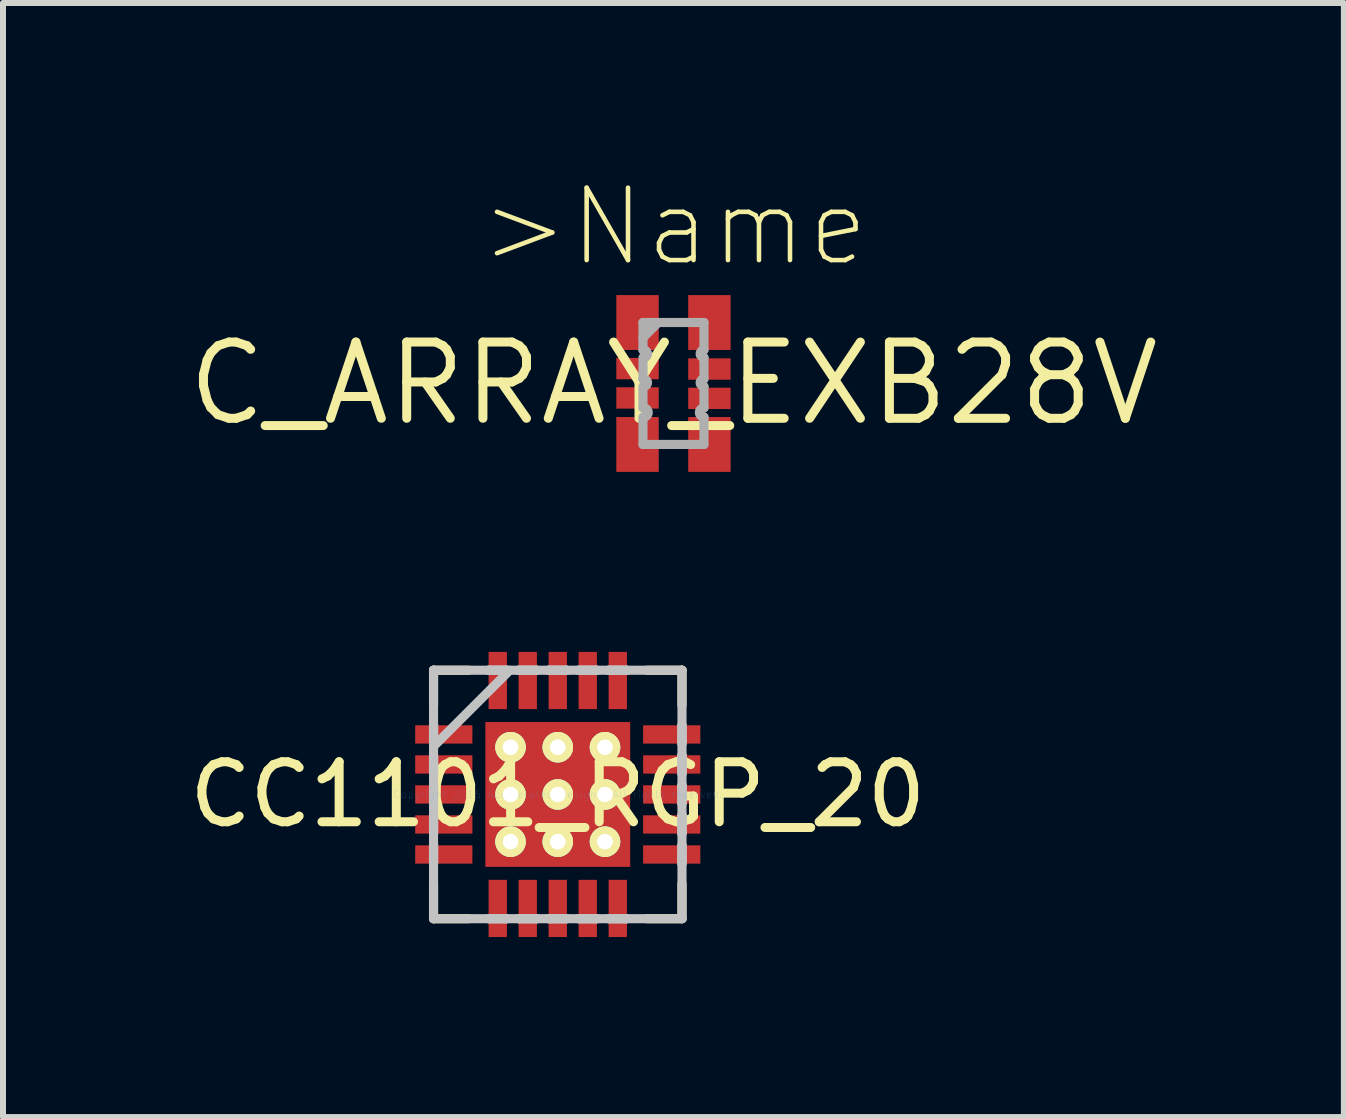
<source format=kicad_pcb>
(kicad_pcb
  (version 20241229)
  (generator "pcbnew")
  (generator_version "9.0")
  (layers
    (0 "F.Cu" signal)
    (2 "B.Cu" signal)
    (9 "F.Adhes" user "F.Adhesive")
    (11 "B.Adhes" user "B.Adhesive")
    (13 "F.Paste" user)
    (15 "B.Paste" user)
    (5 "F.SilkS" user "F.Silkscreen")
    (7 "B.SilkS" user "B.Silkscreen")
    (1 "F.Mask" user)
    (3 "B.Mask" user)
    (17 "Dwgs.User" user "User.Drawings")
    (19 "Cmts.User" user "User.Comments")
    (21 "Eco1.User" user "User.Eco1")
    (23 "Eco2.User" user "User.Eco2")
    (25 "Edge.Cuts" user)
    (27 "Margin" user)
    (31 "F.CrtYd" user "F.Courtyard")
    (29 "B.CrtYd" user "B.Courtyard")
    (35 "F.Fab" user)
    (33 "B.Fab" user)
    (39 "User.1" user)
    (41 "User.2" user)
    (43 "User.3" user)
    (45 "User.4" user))
  (footprint "C_ARRAY_EXB28V"
    (layer "F.Cu")
    (at 8.172 3.34)
    (property "Reference" "C_ARRAY_EXB28V" (at 0 0 0) (layer "F.SilkS") (effects (font (size 1.27 1.27) (thickness 0.15))))
    (attr through_hole)
    (fp_line (start -0.508 -1.016) (end 0.508 -1.016) (stroke (width 0.152) (type solid)) (layer "F.Fab"))
    (fp_line (start -0.508 -0.559) (end -0.508 -1.016) (stroke (width 0.152) (type solid)) (layer "F.Fab"))
    (fp_line (start -0.508 -0.432) (end -0.508 -0.076) (stroke (width 0.152) (type solid)) (layer "F.Fab"))
    (fp_line (start -0.508 0.051) (end -0.508 0.406) (stroke (width 0.152) (type solid)) (layer "F.Fab"))
    (fp_line (start -0.508 0.559) (end -0.508 1.016) (stroke (width 0.152) (type solid)) (layer "F.Fab"))
    (fp_line (start -0.508 1.016) (end 0.508 1.016) (stroke (width 0.152) (type solid)) (layer "F.Fab"))
    (fp_line (start -0.254 -1.016) (end -0.508 -0.762) (stroke (width 0.152) (type solid)) (layer "F.Fab"))
    (fp_line (start 0.508 -0.559) (end 0.508 -1.016) (stroke (width 0.152) (type solid)) (layer "F.Fab"))
    (fp_line (start 0.508 -0.432) (end 0.508 -0.076) (stroke (width 0.152) (type solid)) (layer "F.Fab"))
    (fp_line (start 0.508 0.051) (end 0.508 0.406) (stroke (width 0.152) (type solid)) (layer "F.Fab"))
    (fp_line (start 0.508 0.559) (end 0.508 1.016) (stroke (width 0.152) (type solid)) (layer "F.Fab"))
    (fp_arc (start -0.508 -0.5588) (mid -0.4318 -0.508) (end -0.4826 -0.4318) (stroke (width 0.1524) (type solid)) (layer "F.Fab"))
    (fp_arc (start -0.508 -0.0762) (mid -0.4318 -0.0254) (end -0.4826 0.0508) (stroke (width 0.1524) (type solid)) (layer "F.Fab"))
    (fp_arc (start -0.508 0.4064) (mid -0.4191 0.4699) (end -0.4826 0.5588) (stroke (width 0.1524) (type solid)) (layer "F.Fab"))
    (fp_arc (start 0.508 -0.4318) (mid 0.4445 -0.4953) (end 0.508 -0.5588) (stroke (width 0.1524) (type solid)) (layer "F.Fab"))
    (fp_arc (start 0.508 0.0508) (mid 0.4445 -0.0127) (end 0.508 -0.0762) (stroke (width 0.1524) (type solid)) (layer "F.Fab"))
    (fp_arc (start 0.508 0.5588) (mid 0.4318 0.4826) (end 0.508 0.4064) (stroke (width 0.1524) (type solid)) (layer "F.Fab"))
    (fp_text user ">Name" (at -3.277 -1.905 0) (layer "F.SilkS") (effects (font (size 1.206 1.206) (thickness 0.076)) (justify left bottom)))
    (pad "1" smd rect (at -0.599 -1.016) (size 0.707 0.914) (layers "F.Cu" "F.Mask" "F.Paste"))
    (pad "2" smd rect (at -0.599 -0.248) (size 0.707 0.356) (layers "F.Cu" "F.Mask" "F.Paste"))
    (pad "3" smd rect (at -0.599 0.241) (size 0.707 0.356) (layers "F.Cu" "F.Mask" "F.Paste"))
    (pad "4" smd rect (at -0.599 1.016) (size 0.707 0.914) (layers "F.Cu" "F.Mask" "F.Paste"))
    (pad "5" smd rect (at 0.599 1.016) (size 0.707 0.914) (layers "F.Cu" "F.Mask" "F.Paste"))
    (pad "6" smd rect (at 0.599 0.248) (size 0.707 0.356) (layers "F.Cu" "F.Mask" "F.Paste"))
    (pad "7" smd rect (at 0.599 -0.241) (size 0.707 0.356) (layers "F.Cu" "F.Mask" "F.Paste"))
    (pad "8" smd rect (at 0.599 -1.016) (size 0.707 0.914) (layers "F.Cu" "F.Mask" "F.Paste")))
  (footprint "CC1101_RGP_20"
    (layer "F.Cu")
    (at 6.244 10.188)
    (property "Reference" "CC1101_RGP_20" (at 0 0 0) (layer "F.SilkS") (effects (font (size 1 1) (thickness 0.15))))
    (attr through_hole)
    (fp_line (start -2.07 -2.07) (end -2.07 -1.485) (stroke (width 0.152) (type solid)) (layer "F.SilkS"))
    (fp_line (start -2.07 1.485) (end -2.07 2.07) (stroke (width 0.152) (type solid)) (layer "F.SilkS"))
    (fp_line (start -2.07 2.07) (end -1.485 2.07) (stroke (width 0.152) (type solid)) (layer "F.SilkS"))
    (fp_line (start -1.485 -2.07) (end -2.07 -2.07) (stroke (width 0.152) (type solid)) (layer "F.SilkS"))
    (fp_line (start 1.485 2.07) (end 2.07 2.07) (stroke (width 0.152) (type solid)) (layer "F.SilkS"))
    (fp_line (start 2.07 -2.07) (end 1.485 -2.07) (stroke (width 0.152) (type solid)) (layer "F.SilkS"))
    (fp_line (start 2.07 -1.485) (end 2.07 -2.07) (stroke (width 0.152) (type solid)) (layer "F.SilkS"))
    (fp_line (start 2.07 2.07) (end 2.07 1.485) (stroke (width 0.152) (type solid)) (layer "F.SilkS"))
    (fp_line (start -2.07 -2.07) (end -2.07 -2.07) (stroke (width 0.152) (type solid)) (layer "Dwgs.User"))
    (fp_line (start -2.07 -2.07) (end -2.07 2.07) (stroke (width 0.152) (type solid)) (layer "Dwgs.User"))
    (fp_line (start -2.07 -1.152) (end -2.07 -1.152) (stroke (width 0.152) (type solid)) (layer "Dwgs.User"))
    (fp_line (start -2.07 -1.152) (end -2.07 -0.848) (stroke (width 0.152) (type solid)) (layer "Dwgs.User"))
    (fp_line (start -2.07 -0.848) (end -2.07 -1.152) (stroke (width 0.152) (type solid)) (layer "Dwgs.User"))
    (fp_line (start -2.07 -0.848) (end -2.07 -0.848) (stroke (width 0.152) (type solid)) (layer "Dwgs.User"))
    (fp_line (start -2.07 -0.8) (end -0.8 -2.07) (stroke (width 0.152) (type solid)) (layer "Dwgs.User"))
    (fp_line (start -2.07 -0.652) (end -2.07 -0.652) (stroke (width 0.152) (type solid)) (layer "Dwgs.User"))
    (fp_line (start -2.07 -0.652) (end -2.07 -0.348) (stroke (width 0.152) (type solid)) (layer "Dwgs.User"))
    (fp_line (start -2.07 -0.348) (end -2.07 -0.652) (stroke (width 0.152) (type solid)) (layer "Dwgs.User"))
    (fp_line (start -2.07 -0.348) (end -2.07 -0.348) (stroke (width 0.152) (type solid)) (layer "Dwgs.User"))
    (fp_line (start -2.07 -0.152) (end -2.07 -0.152) (stroke (width 0.152) (type solid)) (layer "Dwgs.User"))
    (fp_line (start -2.07 -0.152) (end -2.07 0.152) (stroke (width 0.152) (type solid)) (layer "Dwgs.User"))
    (fp_line (start -2.07 0.152) (end -2.07 -0.152) (stroke (width 0.152) (type solid)) (layer "Dwgs.User"))
    (fp_line (start -2.07 0.152) (end -2.07 0.152) (stroke (width 0.152) (type solid)) (layer "Dwgs.User"))
    (fp_line (start -2.07 0.348) (end -2.07 0.348) (stroke (width 0.152) (type solid)) (layer "Dwgs.User"))
    (fp_line (start -2.07 0.348) (end -2.07 0.652) (stroke (width 0.152) (type solid)) (layer "Dwgs.User"))
    (fp_line (start -2.07 0.652) (end -2.07 0.348) (stroke (width 0.152) (type solid)) (layer "Dwgs.User"))
    (fp_line (start -2.07 0.652) (end -2.07 0.652) (stroke (width 0.152) (type solid)) (layer "Dwgs.User"))
    (fp_line (start -2.07 0.848) (end -2.07 0.848) (stroke (width 0.152) (type solid)) (layer "Dwgs.User"))
    (fp_line (start -2.07 0.848) (end -2.07 1.152) (stroke (width 0.152) (type solid)) (layer "Dwgs.User"))
    (fp_line (start -2.07 1.152) (end -2.07 0.848) (stroke (width 0.152) (type solid)) (layer "Dwgs.User"))
    (fp_line (start -2.07 1.152) (end -2.07 1.152) (stroke (width 0.152) (type solid)) (layer "Dwgs.User"))
    (fp_line (start -2.07 2.07) (end -2.07 2.07) (stroke (width 0.152) (type solid)) (layer "Dwgs.User"))
    (fp_line (start -2.07 2.07) (end 2.07 2.07) (stroke (width 0.152) (type solid)) (layer "Dwgs.User"))
    (fp_line (start -1.152 -2.07) (end -1.152 -2.07) (stroke (width 0.152) (type solid)) (layer "Dwgs.User"))
    (fp_line (start -1.152 -2.07) (end -0.848 -2.07) (stroke (width 0.152) (type solid)) (layer "Dwgs.User"))
    (fp_line (start -1.152 2.07) (end -1.152 2.07) (stroke (width 0.152) (type solid)) (layer "Dwgs.User"))
    (fp_line (start -1.152 2.07) (end -0.848 2.07) (stroke (width 0.152) (type solid)) (layer "Dwgs.User"))
    (fp_line (start -0.848 -2.07) (end -1.152 -2.07) (stroke (width 0.152) (type solid)) (layer "Dwgs.User"))
    (fp_line (start -0.848 -2.07) (end -0.848 -2.07) (stroke (width 0.152) (type solid)) (layer "Dwgs.User"))
    (fp_line (start -0.848 2.07) (end -1.152 2.07) (stroke (width 0.152) (type solid)) (layer "Dwgs.User"))
    (fp_line (start -0.848 2.07) (end -0.848 2.07) (stroke (width 0.152) (type solid)) (layer "Dwgs.User"))
    (fp_line (start -0.652 -2.07) (end -0.652 -2.07) (stroke (width 0.152) (type solid)) (layer "Dwgs.User"))
    (fp_line (start -0.652 -2.07) (end -0.348 -2.07) (stroke (width 0.152) (type solid)) (layer "Dwgs.User"))
    (fp_line (start -0.652 2.07) (end -0.652 2.07) (stroke (width 0.152) (type solid)) (layer "Dwgs.User"))
    (fp_line (start -0.652 2.07) (end -0.348 2.07) (stroke (width 0.152) (type solid)) (layer "Dwgs.User"))
    (fp_line (start -0.348 -2.07) (end -0.652 -2.07) (stroke (width 0.152) (type solid)) (layer "Dwgs.User"))
    (fp_line (start -0.348 -2.07) (end -0.348 -2.07) (stroke (width 0.152) (type solid)) (layer "Dwgs.User"))
    (fp_line (start -0.348 2.07) (end -0.652 2.07) (stroke (width 0.152) (type solid)) (layer "Dwgs.User"))
    (fp_line (start -0.348 2.07) (end -0.348 2.07) (stroke (width 0.152) (type solid)) (layer "Dwgs.User"))
    (fp_line (start -0.152 -2.07) (end -0.152 -2.07) (stroke (width 0.152) (type solid)) (layer "Dwgs.User"))
    (fp_line (start -0.152 -2.07) (end 0.152 -2.07) (stroke (width 0.152) (type solid)) (layer "Dwgs.User"))
    (fp_line (start -0.152 2.07) (end -0.152 2.07) (stroke (width 0.152) (type solid)) (layer "Dwgs.User"))
    (fp_line (start -0.152 2.07) (end 0.152 2.07) (stroke (width 0.152) (type solid)) (layer "Dwgs.User"))
    (fp_line (start 0.152 -2.07) (end -0.152 -2.07) (stroke (width 0.152) (type solid)) (layer "Dwgs.User"))
    (fp_line (start 0.152 -2.07) (end 0.152 -2.07) (stroke (width 0.152) (type solid)) (layer "Dwgs.User"))
    (fp_line (start 0.152 2.07) (end -0.152 2.07) (stroke (width 0.152) (type solid)) (layer "Dwgs.User"))
    (fp_line (start 0.152 2.07) (end 0.152 2.07) (stroke (width 0.152) (type solid)) (layer "Dwgs.User"))
    (fp_line (start 0.348 -2.07) (end 0.348 -2.07) (stroke (width 0.152) (type solid)) (layer "Dwgs.User"))
    (fp_line (start 0.348 -2.07) (end 0.652 -2.07) (stroke (width 0.152) (type solid)) (layer "Dwgs.User"))
    (fp_line (start 0.348 2.07) (end 0.348 2.07) (stroke (width 0.152) (type solid)) (layer "Dwgs.User"))
    (fp_line (start 0.348 2.07) (end 0.652 2.07) (stroke (width 0.152) (type solid)) (layer "Dwgs.User"))
    (fp_line (start 0.652 -2.07) (end 0.348 -2.07) (stroke (width 0.152) (type solid)) (layer "Dwgs.User"))
    (fp_line (start 0.652 -2.07) (end 0.652 -2.07) (stroke (width 0.152) (type solid)) (layer "Dwgs.User"))
    (fp_line (start 0.652 2.07) (end 0.348 2.07) (stroke (width 0.152) (type solid)) (layer "Dwgs.User"))
    (fp_line (start 0.652 2.07) (end 0.652 2.07) (stroke (width 0.152) (type solid)) (layer "Dwgs.User"))
    (fp_line (start 0.848 -2.07) (end 0.848 -2.07) (stroke (width 0.152) (type solid)) (layer "Dwgs.User"))
    (fp_line (start 0.848 -2.07) (end 1.152 -2.07) (stroke (width 0.152) (type solid)) (layer "Dwgs.User"))
    (fp_line (start 0.848 2.07) (end 0.848 2.07) (stroke (width 0.152) (type solid)) (layer "Dwgs.User"))
    (fp_line (start 0.848 2.07) (end 1.152 2.07) (stroke (width 0.152) (type solid)) (layer "Dwgs.User"))
    (fp_line (start 1.152 -2.07) (end 0.848 -2.07) (stroke (width 0.152) (type solid)) (layer "Dwgs.User"))
    (fp_line (start 1.152 -2.07) (end 1.152 -2.07) (stroke (width 0.152) (type solid)) (layer "Dwgs.User"))
    (fp_line (start 1.152 2.07) (end 0.848 2.07) (stroke (width 0.152) (type solid)) (layer "Dwgs.User"))
    (fp_line (start 1.152 2.07) (end 1.152 2.07) (stroke (width 0.152) (type solid)) (layer "Dwgs.User"))
    (fp_line (start 2.07 -2.07) (end -2.07 -2.07) (stroke (width 0.152) (type solid)) (layer "Dwgs.User"))
    (fp_line (start 2.07 -2.07) (end 2.07 -2.07) (stroke (width 0.152) (type solid)) (layer "Dwgs.User"))
    (fp_line (start 2.07 -1.152) (end 2.07 -1.152) (stroke (width 0.152) (type solid)) (layer "Dwgs.User"))
    (fp_line (start 2.07 -1.152) (end 2.07 -0.848) (stroke (width 0.152) (type solid)) (layer "Dwgs.User"))
    (fp_line (start 2.07 -0.848) (end 2.07 -1.152) (stroke (width 0.152) (type solid)) (layer "Dwgs.User"))
    (fp_line (start 2.07 -0.848) (end 2.07 -0.848) (stroke (width 0.152) (type solid)) (layer "Dwgs.User"))
    (fp_line (start 2.07 -0.652) (end 2.07 -0.652) (stroke (width 0.152) (type solid)) (layer "Dwgs.User"))
    (fp_line (start 2.07 -0.652) (end 2.07 -0.348) (stroke (width 0.152) (type solid)) (layer "Dwgs.User"))
    (fp_line (start 2.07 -0.348) (end 2.07 -0.652) (stroke (width 0.152) (type solid)) (layer "Dwgs.User"))
    (fp_line (start 2.07 -0.348) (end 2.07 -0.348) (stroke (width 0.152) (type solid)) (layer "Dwgs.User"))
    (fp_line (start 2.07 -0.152) (end 2.07 -0.152) (stroke (width 0.152) (type solid)) (layer "Dwgs.User"))
    (fp_line (start 2.07 -0.152) (end 2.07 0.152) (stroke (width 0.152) (type solid)) (layer "Dwgs.User"))
    (fp_line (start 2.07 0.152) (end 2.07 -0.152) (stroke (width 0.152) (type solid)) (layer "Dwgs.User"))
    (fp_line (start 2.07 0.152) (end 2.07 0.152) (stroke (width 0.152) (type solid)) (layer "Dwgs.User"))
    (fp_line (start 2.07 0.348) (end 2.07 0.348) (stroke (width 0.152) (type solid)) (layer "Dwgs.User"))
    (fp_line (start 2.07 0.348) (end 2.07 0.652) (stroke (width 0.152) (type solid)) (layer "Dwgs.User"))
    (fp_line (start 2.07 0.652) (end 2.07 0.348) (stroke (width 0.152) (type solid)) (layer "Dwgs.User"))
    (fp_line (start 2.07 0.652) (end 2.07 0.652) (stroke (width 0.152) (type solid)) (layer "Dwgs.User"))
    (fp_line (start 2.07 0.848) (end 2.07 0.848) (stroke (width 0.152) (type solid)) (layer "Dwgs.User"))
    (fp_line (start 2.07 0.848) (end 2.07 1.152) (stroke (width 0.152) (type solid)) (layer "Dwgs.User"))
    (fp_line (start 2.07 1.152) (end 2.07 0.848) (stroke (width 0.152) (type solid)) (layer "Dwgs.User"))
    (fp_line (start 2.07 1.152) (end 2.07 1.152) (stroke (width 0.152) (type solid)) (layer "Dwgs.User"))
    (fp_line (start 2.07 2.07) (end 2.07 -2.07) (stroke (width 0.152) (type solid)) (layer "Dwgs.User"))
    (fp_line (start 2.07 2.07) (end 2.07 2.07) (stroke (width 0.152) (type solid)) (layer "Dwgs.User"))
    (fp_text user "Copyright 2016 Accelerated Designs. All rights reserved." (at 0 0 0) (layer "Cmts.User") (effects (font (size 0.127 0.127) (thickness 0.002))))
    (pad "" smd rect (at 0 0) (size 0.025 0.025) (layers "F.Mask"))
    (pad "" smd rect (at 0 0) (size 0.025 0.025) (layers "F.Paste"))
    (pad "1" smd rect (at -1.899 -1 90) (size 0.305 0.953) (layers "F.Cu"))
    (pad "2" smd rect (at -1.899 -0.5 90) (size 0.305 0.953) (layers "F.Cu"))
    (pad "3" smd rect (at -1.899 0 90) (size 0.305 0.953) (layers "F.Cu"))
    (pad "4" smd rect (at -1.899 0.5 90) (size 0.305 0.953) (layers "F.Cu"))
    (pad "5" smd rect (at -1.899 1 90) (size 0.305 0.953) (layers "F.Cu"))
    (pad "6" smd rect (at -1 1.899) (size 0.305 0.953) (layers "F.Cu"))
    (pad "7" smd rect (at -0.5 1.899) (size 0.305 0.953) (layers "F.Cu"))
    (pad "8" smd rect (at 0 1.899) (size 0.305 0.953) (layers "F.Cu"))
    (pad "9" smd rect (at 0.5 1.899) (size 0.305 0.953) (layers "F.Cu"))
    (pad "10" smd rect (at 1 1.899) (size 0.305 0.953) (layers "F.Cu"))
    (pad "11" smd rect (at 1.899 1 90) (size 0.305 0.953) (layers "F.Cu"))
    (pad "12" smd rect (at 1.899 0.5 90) (size 0.305 0.953) (layers "F.Cu"))
    (pad "13" smd rect (at 1.899 0 90) (size 0.305 0.953) (layers "F.Cu"))
    (pad "14" smd rect (at 1.899 -0.5 90) (size 0.305 0.953) (layers "F.Cu"))
    (pad "15" smd rect (at 1.899 -1 90) (size 0.305 0.953) (layers "F.Cu"))
    (pad "16" smd rect (at 1 -1.899) (size 0.305 0.953) (layers "F.Cu"))
    (pad "17" smd rect (at 0.5 -1.899) (size 0.305 0.953) (layers "F.Cu"))
    (pad "18" smd rect (at 0 -1.899) (size 0.305 0.953) (layers "F.Cu"))
    (pad "19" smd rect (at -0.5 -1.899) (size 0.305 0.953) (layers "F.Cu"))
    (pad "20" smd rect (at -1 -1.899) (size 0.305 0.953) (layers "F.Cu"))
    (pad "21" smd rect (at 0 0) (size 2.413 2.413) (layers "F.Cu"))
    (pad "V" thru_hole circle (at -0.787 -0.787) (size 0.508 0.508) (drill 0.254) (layers "*.Cu" "F.SilkS"))
    (pad "V" thru_hole circle (at -0.787 -0.787) (size 0.508 0.508) (drill 0.254) (layers "*.Cu" "F.SilkS"))
    (pad "V" thru_hole circle (at -0.787 0) (size 0.508 0.508) (drill 0.254) (layers "*.Cu" "F.SilkS"))
    (pad "V" thru_hole circle (at -0.787 0) (size 0.508 0.508) (drill 0.254) (layers "*.Cu" "F.SilkS"))
    (pad "V" thru_hole circle (at -0.787 0.787) (size 0.508 0.508) (drill 0.254) (layers "*.Cu" "F.SilkS"))
    (pad "V" thru_hole circle (at -0.787 0.787) (size 0.508 0.508) (drill 0.254) (layers "*.Cu" "F.SilkS"))
    (pad "V" thru_hole circle (at 0 -0.787) (size 0.508 0.508) (drill 0.254) (layers "*.Cu" "F.SilkS"))
    (pad "V" thru_hole circle (at 0 -0.787) (size 0.508 0.508) (drill 0.254) (layers "*.Cu" "F.SilkS"))
    (pad "V" thru_hole circle (at 0 0) (size 0.508 0.508) (drill 0.254) (layers "*.Cu" "F.SilkS"))
    (pad "V" thru_hole circle (at 0 0) (size 0.508 0.508) (drill 0.254) (layers "*.Cu" "F.SilkS"))
    (pad "V" thru_hole circle (at 0 0.787) (size 0.508 0.508) (drill 0.254) (layers "*.Cu" "F.SilkS"))
    (pad "V" thru_hole circle (at 0 0.787) (size 0.508 0.508) (drill 0.254) (layers "*.Cu" "F.SilkS"))
    (pad "V" thru_hole circle (at 0.787 -0.787) (size 0.508 0.508) (drill 0.254) (layers "*.Cu" "F.SilkS"))
    (pad "V" thru_hole circle (at 0.787 -0.787) (size 0.508 0.508) (drill 0.254) (layers "*.Cu" "F.SilkS"))
    (pad "V" thru_hole circle (at 0.787 0) (size 0.508 0.508) (drill 0.254) (layers "*.Cu" "F.SilkS"))
    (pad "V" thru_hole circle (at 0.787 0) (size 0.508 0.508) (drill 0.254) (layers "*.Cu" "F.SilkS"))
    (pad "V" thru_hole circle (at 0.787 0.787) (size 0.508 0.508) (drill 0.254) (layers "*.Cu" "F.SilkS"))
    (pad "V" thru_hole circle (at 0.787 0.787) (size 0.508 0.508) (drill 0.254) (layers "*.Cu" "F.SilkS")))
  (gr_rect
    (start -3 -3)
    (end 19.343 15.563)
    (stroke (width 0.1) (type default))
    (fill no)
    (layer "Edge.Cuts")))
</source>
